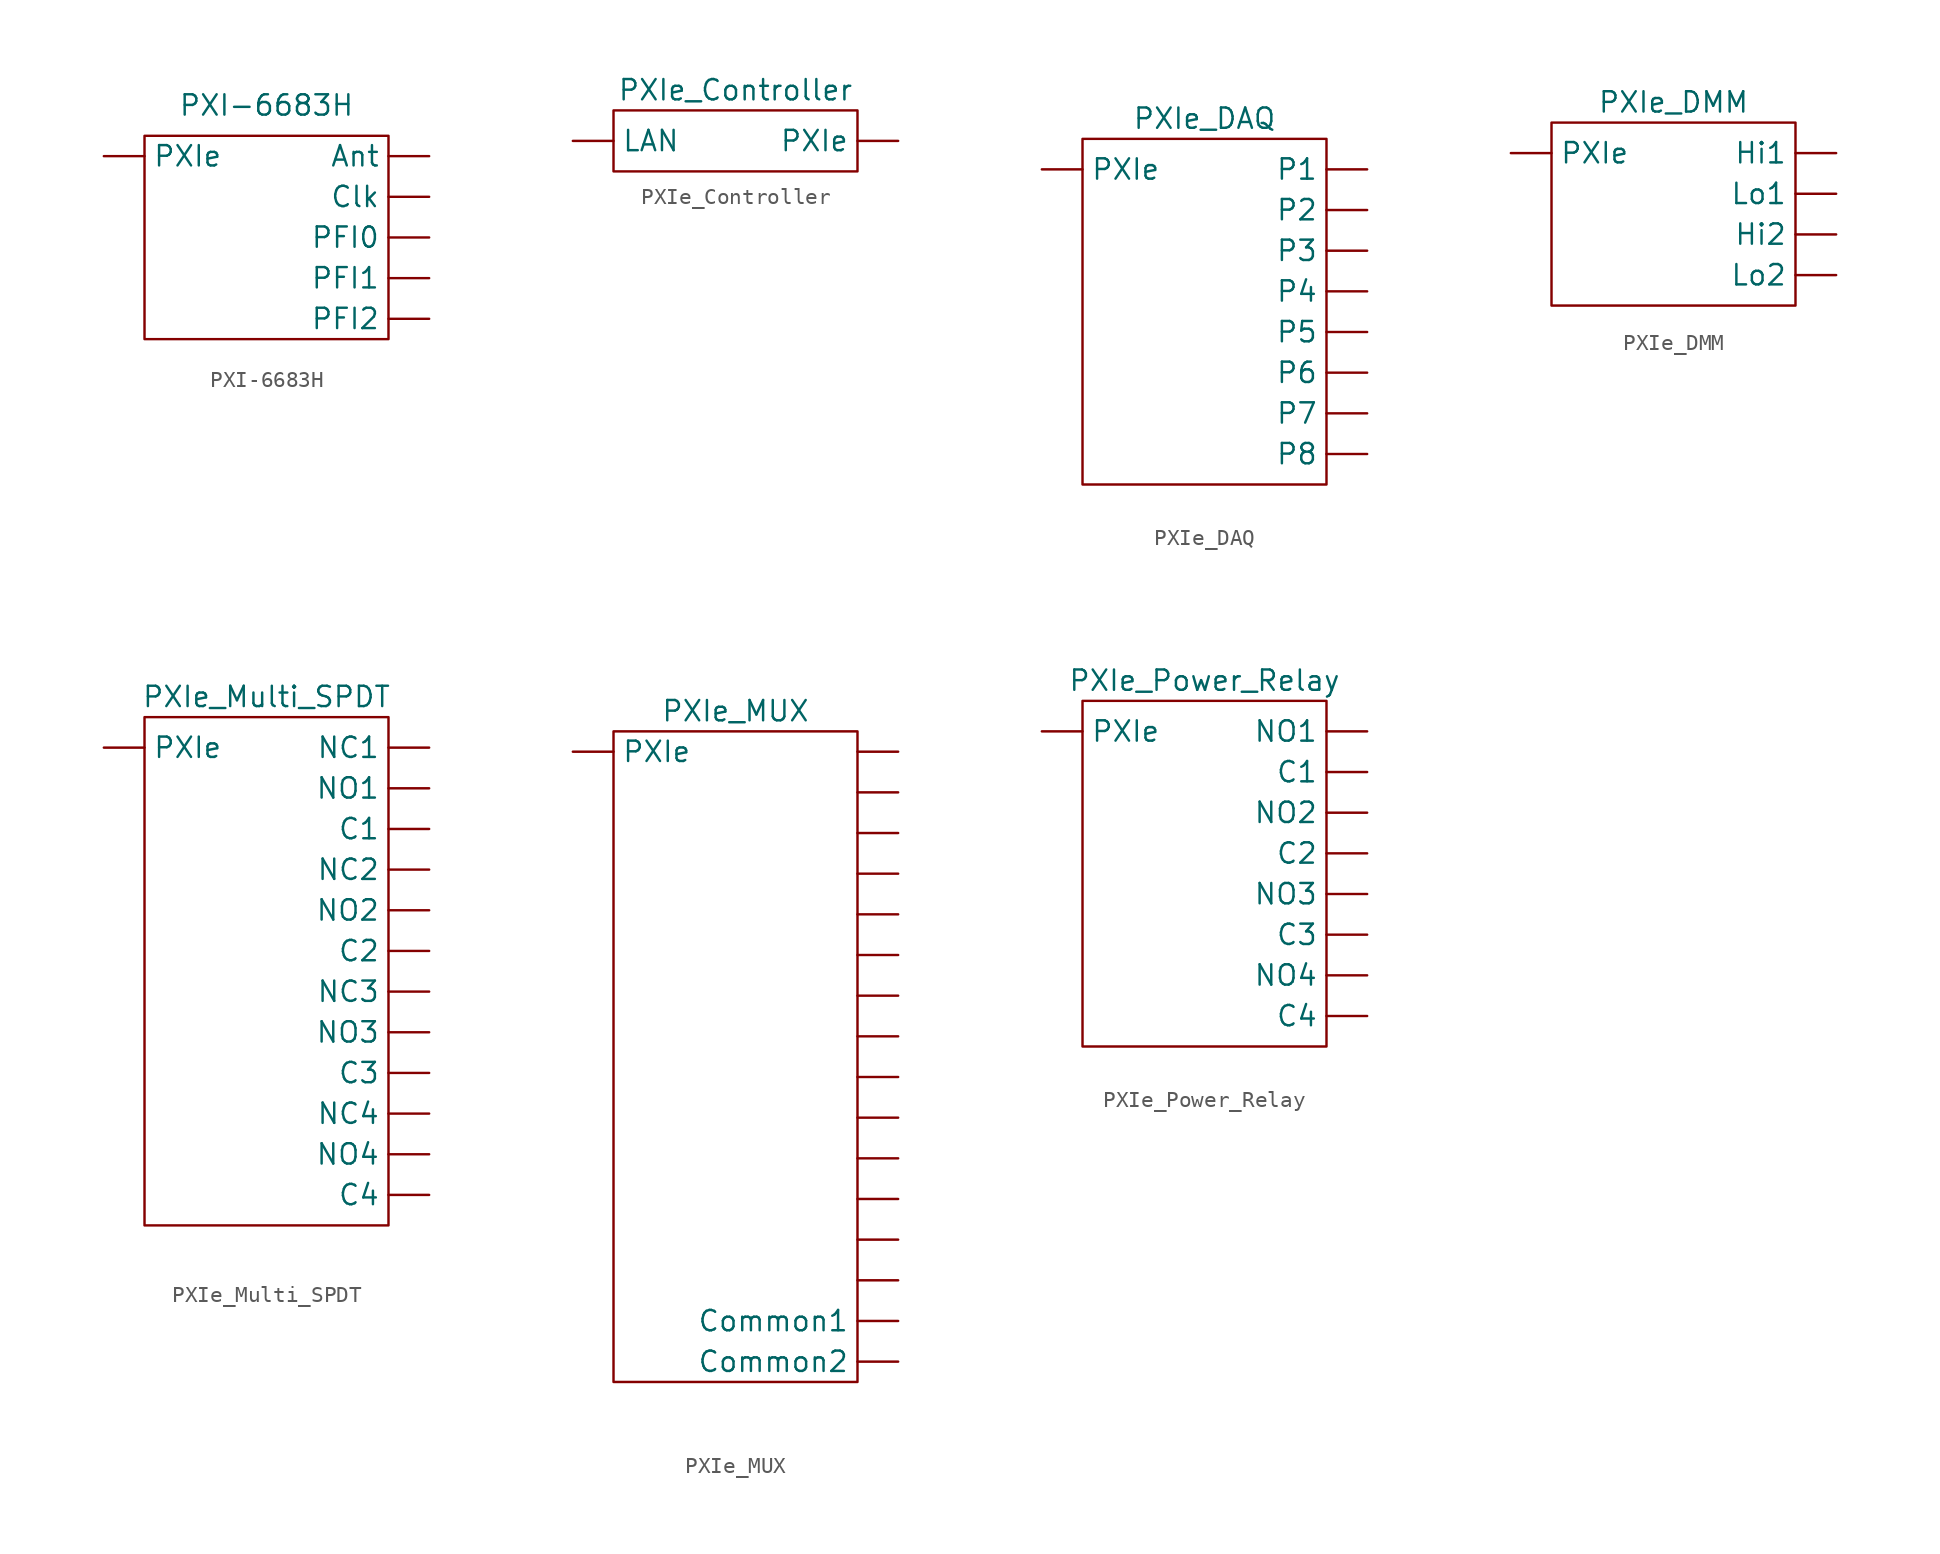
<source format=kicad_sym>
(kicad_symbol_lib
  (version 20211014)
  (generator kicad_symbol_editor)
  (symbol "PXI-6683H"
    (property "Reference" "U"
      (at 0 12.7 0)
      (effects (font (size 1.27 1.27)) hide))
    (property "Value" "PXI-6683H"
      (at 0 3.175 0)
      (effects (font (size 1.27 1.27))))
    (symbol "PXI-6683H_0_1"
      (rectangle (start -7.62 1.27) (end 7.62 -11.43) (stroke (width 0) (type default) (color 0 0 0 0)) (fill (type none))))
    (symbol "PXI-6683H_1_1"
      (pin input line (at 10.16 0 180) (length 2.54) (name "Ant" (effects (font (size 1.27 1.27)))) (number "" (effects (font (size 1.27 1.27)))))
      (pin output line (at 10.16 -2.54 180) (length 2.54) (name "Clk" (effects (font (size 1.27 1.27)))) (number "" (effects (font (size 1.27 1.27)))))
      (pin bidirectional line (at 10.16 -5.08 180) (length 2.54) (name "PFI0" (effects (font (size 1.27 1.27)))) (number "" (effects (font (size 1.27 1.27)))))
      (pin bidirectional line (at 10.16 -7.62 180) (length 2.54) (name "PFI1" (effects (font (size 1.27 1.27)))) (number "" (effects (font (size 1.27 1.27)))))
      (pin bidirectional line (at 10.16 -10.16 180) (length 2.54) (name "PFI2" (effects (font (size 1.27 1.27)))) (number "" (effects (font (size 1.27 1.27)))))
      (pin bidirectional line (at -10.16 0 0) (length 2.54) (name "PXIe" (effects (font (size 1.27 1.27)))) (number "" (effects (font (size 1.27 1.27)))))))
  (symbol "PXIe_Controller"
    (property "Reference" "U"
      (at 0 5.08 0)
      (effects (font (size 1.27 1.27)) hide))
    (property "Value" "PXIe_Controller"
      (at 0 3.175 0)
      (effects (font (size 1.27 1.27))))
    (symbol "PXIe_Controller_0_1"
      (rectangle (start -7.62 1.905) (end 7.62 -1.905) (stroke (width 0) (type default) (color 0 0 0 0)) (fill (type none))))
    (symbol "PXIe_Controller_1_1"
      (pin bidirectional line (at -10.16 0 0) (length 2.54) (name "LAN" (effects (font (size 1.27 1.27)))) (number "" (effects (font (size 1.27 1.27)))))
      (pin bidirectional line (at 10.16 0 180) (length 2.54) (name "PXIe" (effects (font (size 1.27 1.27)))) (number "" (effects (font (size 1.27 1.27)))))))
  (symbol "PXIe_DAQ"
    (property "Reference" "U"
      (at 0 5.08 0)
      (effects (font (size 1.27 1.27)) hide))
    (property "Value" "PXIe_DAQ"
      (at 0 3.175 0)
      (effects (font (size 1.27 1.27))))
    (symbol "PXIe_DAQ_0_1"
      (rectangle (start -7.62 1.905) (end 7.62 -19.685) (stroke (width 0) (type default) (color 0 0 0 0)) (fill (type none))))
    (symbol "PXIe_DAQ_1_1"
      (pin bidirectional line (at 10.16 0 180) (length 2.54) (name "P1" (effects (font (size 1.27 1.27)))) (number "" (effects (font (size 1.27 1.27)))))
      (pin bidirectional line (at 10.16 -2.54 180) (length 2.54) (name "P2" (effects (font (size 1.27 1.27)))) (number "" (effects (font (size 1.27 1.27)))))
      (pin bidirectional line (at 10.16 -5.08 180) (length 2.54) (name "P3" (effects (font (size 1.27 1.27)))) (number "" (effects (font (size 1.27 1.27)))))
      (pin bidirectional line (at 10.16 -7.62 180) (length 2.54) (name "P4" (effects (font (size 1.27 1.27)))) (number "" (effects (font (size 1.27 1.27)))))
      (pin bidirectional line (at 10.16 -10.16 180) (length 2.54) (name "P5" (effects (font (size 1.27 1.27)))) (number "" (effects (font (size 1.27 1.27)))))
      (pin bidirectional line (at 10.16 -12.7 180) (length 2.54) (name "P6" (effects (font (size 1.27 1.27)))) (number "" (effects (font (size 1.27 1.27)))))
      (pin bidirectional line (at 10.16 -15.24 180) (length 2.54) (name "P7" (effects (font (size 1.27 1.27)))) (number "" (effects (font (size 1.27 1.27)))))
      (pin bidirectional line (at 10.16 -17.78 180) (length 2.54) (name "P8" (effects (font (size 1.27 1.27)))) (number "" (effects (font (size 1.27 1.27)))))
      (pin bidirectional line (at -10.16 0 0) (length 2.54) (name "PXIe" (effects (font (size 1.27 1.27)))) (number "" (effects (font (size 1.27 1.27)))))))
  (symbol "PXIe_DMM"
    (property "Reference" "U"
      (at 0 5.08 0)
      (effects (font (size 1.27 1.27)) hide))
    (property "Value" "PXIe_DMM"
      (at 0 3.175 0)
      (effects (font (size 1.27 1.27))))
    (symbol "PXIe_DMM_0_1"
      (rectangle (start -7.62 1.905) (end 7.62 -9.525) (stroke (width 0) (type default) (color 0 0 0 0)) (fill (type none))))
    (symbol "PXIe_DMM_1_1"
      (pin bidirectional line (at 10.16 0 180) (length 2.54) (name "Hi1" (effects (font (size 1.27 1.27)))) (number "" (effects (font (size 1.27 1.27)))))
      (pin bidirectional line (at 10.16 -5.08 180) (length 2.54) (name "Hi2" (effects (font (size 1.27 1.27)))) (number "" (effects (font (size 1.27 1.27)))))
      (pin bidirectional line (at 10.16 -2.54 180) (length 2.54) (name "Lo1" (effects (font (size 1.27 1.27)))) (number "" (effects (font (size 1.27 1.27)))))
      (pin bidirectional line (at 10.16 -7.62 180) (length 2.54) (name "Lo2" (effects (font (size 1.27 1.27)))) (number "" (effects (font (size 1.27 1.27)))))
      (pin bidirectional line (at -10.16 0 0) (length 2.54) (name "PXIe" (effects (font (size 1.27 1.27)))) (number "" (effects (font (size 1.27 1.27)))))))
  (symbol "PXIe_Multi_SPDT"
    (property "Reference" "U"
      (at 0 0 0)
      (effects (font (size 1.27 1.27)) hide))
    (property "Value" "PXIe_Multi_SPDT"
      (at 0 3.175 0)
      (effects (font (size 1.27 1.27))))
    (symbol "PXIe_Multi_SPDT_0_1"
      (rectangle (start -7.62 1.905) (end 7.62 -29.845) (stroke (width 0) (type default) (color 0 0 0 0)) (fill (type none))))
    (symbol "PXIe_Multi_SPDT_1_1"
      (pin bidirectional line (at 10.16 -5.08 180) (length 2.54) (name "C1" (effects (font (size 1.27 1.27)))) (number "" (effects (font (size 1.27 1.27)))))
      (pin bidirectional line (at 10.16 -12.7 180) (length 2.54) (name "C2" (effects (font (size 1.27 1.27)))) (number "" (effects (font (size 1.27 1.27)))))
      (pin bidirectional line (at 10.16 -20.32 180) (length 2.54) (name "C3" (effects (font (size 1.27 1.27)))) (number "" (effects (font (size 1.27 1.27)))))
      (pin bidirectional line (at 10.16 -27.94 180) (length 2.54) (name "C4" (effects (font (size 1.27 1.27)))) (number "" (effects (font (size 1.27 1.27)))))
      (pin bidirectional line (at 10.16 0 180) (length 2.54) (name "NC1" (effects (font (size 1.27 1.27)))) (number "" (effects (font (size 1.27 1.27)))))
      (pin bidirectional line (at 10.16 -7.62 180) (length 2.54) (name "NC2" (effects (font (size 1.27 1.27)))) (number "" (effects (font (size 1.27 1.27)))))
      (pin bidirectional line (at 10.16 -15.24 180) (length 2.54) (name "NC3" (effects (font (size 1.27 1.27)))) (number "" (effects (font (size 1.27 1.27)))))
      (pin bidirectional line (at 10.16 -22.86 180) (length 2.54) (name "NC4" (effects (font (size 1.27 1.27)))) (number "" (effects (font (size 1.27 1.27)))))
      (pin bidirectional line (at 10.16 -2.54 180) (length 2.54) (name "NO1" (effects (font (size 1.27 1.27)))) (number "" (effects (font (size 1.27 1.27)))))
      (pin bidirectional line (at 10.16 -10.16 180) (length 2.54) (name "NO2" (effects (font (size 1.27 1.27)))) (number "" (effects (font (size 1.27 1.27)))))
      (pin bidirectional line (at 10.16 -17.78 180) (length 2.54) (name "NO3" (effects (font (size 1.27 1.27)))) (number "" (effects (font (size 1.27 1.27)))))
      (pin bidirectional line (at 10.16 -25.4 180) (length 2.54) (name "NO4" (effects (font (size 1.27 1.27)))) (number "" (effects (font (size 1.27 1.27)))))
      (pin bidirectional line (at -10.16 0 0) (length 2.54) (name "PXIe" (effects (font (size 1.27 1.27)))) (number "" (effects (font (size 1.27 1.27)))))))
  (symbol "PXIe_MUX"
    (property "Reference" "U"
      (at 0 6.35 0)
      (effects (font (size 1.27 1.27)) hide))
    (property "Value" "PXIe_MUX"
      (at 0 2.54 0)
      (effects (font (size 1.27 1.27))))
    (symbol "PXIe_MUX_0_0"
      (text "" (at 9.525 0 0) (effects (font (size 1.27 1.27)))))
    (symbol "PXIe_MUX_0_1"
      (rectangle (start -7.62 1.27) (end 7.62 -39.37) (stroke (width 0) (type default) (color 0 0 0 0)) (fill (type none))))
    (symbol "PXIe_MUX_1_1"
      (pin input line (at 10.16 -33.02 180) (length 2.54) (name "" (effects (font (size 1.27 1.27)))) (number "" (effects (font (size 1.27 1.27)))))
      (pin input line (at 10.16 -30.48 180) (length 2.54) (name "" (effects (font (size 1.27 1.27)))) (number "" (effects (font (size 1.27 1.27)))))
      (pin input line (at 10.16 -27.94 180) (length 2.54) (name "" (effects (font (size 1.27 1.27)))) (number "" (effects (font (size 1.27 1.27)))))
      (pin input line (at 10.16 -25.4 180) (length 2.54) (name "" (effects (font (size 1.27 1.27)))) (number "" (effects (font (size 1.27 1.27)))))
      (pin input line (at 10.16 -22.86 180) (length 2.54) (name "" (effects (font (size 1.27 1.27)))) (number "" (effects (font (size 1.27 1.27)))))
      (pin input line (at 10.16 -20.32 180) (length 2.54) (name "" (effects (font (size 1.27 1.27)))) (number "" (effects (font (size 1.27 1.27)))))
      (pin input line (at 10.16 -17.78 180) (length 2.54) (name "" (effects (font (size 1.27 1.27)))) (number "" (effects (font (size 1.27 1.27)))))
      (pin input line (at 10.16 -15.24 180) (length 2.54) (name "" (effects (font (size 1.27 1.27)))) (number "" (effects (font (size 1.27 1.27)))))
      (pin input line (at 10.16 -12.7 180) (length 2.54) (name "" (effects (font (size 1.27 1.27)))) (number "" (effects (font (size 1.27 1.27)))))
      (pin input line (at 10.16 -10.16 180) (length 2.54) (name "" (effects (font (size 1.27 1.27)))) (number "" (effects (font (size 1.27 1.27)))))
      (pin input line (at 10.16 -7.62 180) (length 2.54) (name "" (effects (font (size 1.27 1.27)))) (number "" (effects (font (size 1.27 1.27)))))
      (pin input line (at 10.16 -5.08 180) (length 2.54) (name "" (effects (font (size 1.27 1.27)))) (number "" (effects (font (size 1.27 1.27)))))
      (pin input line (at 10.16 -2.54 180) (length 2.54) (name "" (effects (font (size 1.27 1.27)))) (number "" (effects (font (size 1.27 1.27)))))
      (pin input line (at 10.16 0 180) (length 2.54) (name "" (effects (font (size 1.27 1.27)))) (number "" (effects (font (size 1.27 1.27)))))
      (pin output line (at 10.16 -35.56 180) (length 2.54) (name "Common1" (effects (font (size 1.27 1.27)))) (number "" (effects (font (size 1.27 1.27)))))
      (pin output line (at 10.16 -38.1 180) (length 2.54) (name "Common2" (effects (font (size 1.27 1.27)))) (number "" (effects (font (size 1.27 1.27)))))
      (pin input line (at -10.16 0 0) (length 2.54) (name "PXIe" (effects (font (size 1.27 1.27)))) (number "" (effects (font (size 1.27 1.27)))))))
  (symbol "PXIe_Power_Relay"
    (property "Reference" "U"
      (at 0 0 0)
      (effects (font (size 1.27 1.27)) hide))
    (property "Value" "PXIe_Power_Relay"
      (at 0 3.175 0)
      (effects (font (size 1.27 1.27))))
    (symbol "PXIe_Power_Relay_0_1"
      (rectangle (start -7.62 1.905) (end 7.62 -19.685) (stroke (width 0) (type default) (color 0 0 0 0)) (fill (type none))))
    (symbol "PXIe_Power_Relay_1_1"
      (pin bidirectional line (at 10.16 -2.54 180) (length 2.54) (name "C1" (effects (font (size 1.27 1.27)))) (number "" (effects (font (size 1.27 1.27)))))
      (pin bidirectional line (at 10.16 -7.62 180) (length 2.54) (name "C2" (effects (font (size 1.27 1.27)))) (number "" (effects (font (size 1.27 1.27)))))
      (pin bidirectional line (at 10.16 -12.7 180) (length 2.54) (name "C3" (effects (font (size 1.27 1.27)))) (number "" (effects (font (size 1.27 1.27)))))
      (pin bidirectional line (at 10.16 -17.78 180) (length 2.54) (name "C4" (effects (font (size 1.27 1.27)))) (number "" (effects (font (size 1.27 1.27)))))
      (pin bidirectional line (at 10.16 0 180) (length 2.54) (name "NO1" (effects (font (size 1.27 1.27)))) (number "" (effects (font (size 1.27 1.27)))))
      (pin bidirectional line (at 10.16 -5.08 180) (length 2.54) (name "NO2" (effects (font (size 1.27 1.27)))) (number "" (effects (font (size 1.27 1.27)))))
      (pin bidirectional line (at 10.16 -10.16 180) (length 2.54) (name "NO3" (effects (font (size 1.27 1.27)))) (number "" (effects (font (size 1.27 1.27)))))
      (pin bidirectional line (at 10.16 -15.24 180) (length 2.54) (name "NO4" (effects (font (size 1.27 1.27)))) (number "" (effects (font (size 1.27 1.27)))))
      (pin bidirectional line (at -10.16 0 0) (length 2.54) (name "PXIe" (effects (font (size 1.27 1.27)))) (number "" (effects (font (size 1.27 1.27))))))))
</source>
